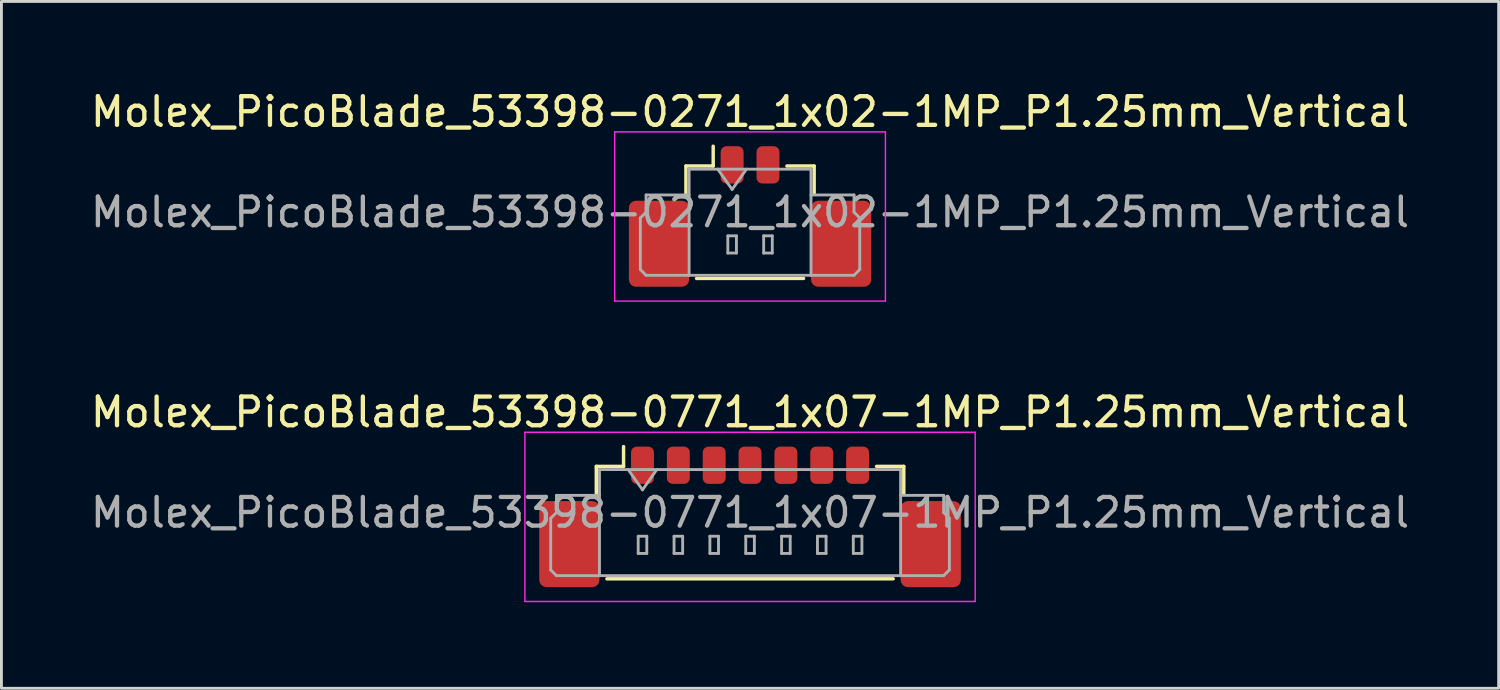
<source format=kicad_pcb>
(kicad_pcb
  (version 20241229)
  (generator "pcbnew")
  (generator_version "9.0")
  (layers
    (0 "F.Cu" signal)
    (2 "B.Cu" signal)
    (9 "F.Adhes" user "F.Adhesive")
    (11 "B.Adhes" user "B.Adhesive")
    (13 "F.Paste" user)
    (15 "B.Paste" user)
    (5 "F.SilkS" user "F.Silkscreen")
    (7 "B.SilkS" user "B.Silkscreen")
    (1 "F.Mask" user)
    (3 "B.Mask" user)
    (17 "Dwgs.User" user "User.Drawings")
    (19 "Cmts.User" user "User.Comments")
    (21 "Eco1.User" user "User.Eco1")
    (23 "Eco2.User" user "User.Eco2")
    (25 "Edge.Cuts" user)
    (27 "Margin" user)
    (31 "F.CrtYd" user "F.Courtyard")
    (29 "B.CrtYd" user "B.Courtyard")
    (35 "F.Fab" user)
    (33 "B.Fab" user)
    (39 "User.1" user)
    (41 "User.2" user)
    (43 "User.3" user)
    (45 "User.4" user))
  (footprint "Molex_PicoBlade_53398-0771_1x07-1MP_P1.25mm_Vertical"
    (layer "F.Cu")
    (at 23.101 14.421)
    (property "Reference" "Molex_PicoBlade_53398-0771_1x07-1MP_P1.25mm_Vertical" (at 0 -3.1 0) (layer "F.SilkS") (effects (font (size 1 1) (thickness 0.15))))
    (attr smd)
    (fp_line (start -5.36 -1.21) (end -4.41 -1.21) (stroke (width 0.12) (type solid)) (layer "F.SilkS"))
    (fp_line (start -5.36 -0.26) (end -5.36 -1.21) (stroke (width 0.12) (type solid)) (layer "F.SilkS"))
    (fp_line (start -4.99 2.71) (end 4.99 2.71) (stroke (width 0.12) (type solid)) (layer "F.SilkS"))
    (fp_line (start -4.41 -1.21) (end -4.41 -1.9) (stroke (width 0.12) (type solid)) (layer "F.SilkS"))
    (fp_line (start 5.36 -1.21) (end 4.41 -1.21) (stroke (width 0.12) (type solid)) (layer "F.SilkS"))
    (fp_line (start 5.36 -0.26) (end 5.36 -1.21) (stroke (width 0.12) (type solid)) (layer "F.SilkS"))
    (fp_line (start -7.85 -2.4) (end -7.85 3.5) (stroke (width 0.05) (type solid)) (layer "F.CrtYd"))
    (fp_line (start -7.85 3.5) (end 7.85 3.5) (stroke (width 0.05) (type solid)) (layer "F.CrtYd"))
    (fp_line (start 7.85 -2.4) (end -7.85 -2.4) (stroke (width 0.05) (type solid)) (layer "F.CrtYd"))
    (fp_line (start 7.85 3.5) (end 7.85 -2.4) (stroke (width 0.05) (type solid)) (layer "F.CrtYd"))
    (fp_line (start -6.95 0.6) (end -6.75 0.4) (stroke (width 0.1) (type solid)) (layer "F.Fab"))
    (fp_line (start -6.95 2.4) (end -6.95 0.6) (stroke (width 0.1) (type solid)) (layer "F.Fab"))
    (fp_line (start -6.75 -0.2) (end -5.25 -0.2) (stroke (width 0.1) (type solid)) (layer "F.Fab"))
    (fp_line (start -6.75 0.4) (end -6.75 -0.2) (stroke (width 0.1) (type solid)) (layer "F.Fab"))
    (fp_line (start -6.75 2.6) (end -6.95 2.4) (stroke (width 0.1) (type solid)) (layer "F.Fab"))
    (fp_line (start -5.25 -1.1) (end -5.25 2.6) (stroke (width 0.1) (type solid)) (layer "F.Fab"))
    (fp_line (start -5.25 -1.1) (end 5.25 -1.1) (stroke (width 0.1) (type solid)) (layer "F.Fab"))
    (fp_line (start -5.25 2.6) (end -6.75 2.6) (stroke (width 0.1) (type solid)) (layer "F.Fab"))
    (fp_line (start -5.25 2.6) (end 5.25 2.6) (stroke (width 0.1) (type solid)) (layer "F.Fab"))
    (fp_line (start -4.25 -1.1) (end -3.75 -0.393) (stroke (width 0.1) (type solid)) (layer "F.Fab"))
    (fp_line (start -3.9 1.225) (end -3.9 1.825) (stroke (width 0.1) (type solid)) (layer "F.Fab"))
    (fp_line (start -3.9 1.825) (end -3.6 1.825) (stroke (width 0.1) (type solid)) (layer "F.Fab"))
    (fp_line (start -3.75 -0.393) (end -3.25 -1.1) (stroke (width 0.1) (type solid)) (layer "F.Fab"))
    (fp_line (start -3.6 1.225) (end -3.9 1.225) (stroke (width 0.1) (type solid)) (layer "F.Fab"))
    (fp_line (start -3.6 1.825) (end -3.6 1.225) (stroke (width 0.1) (type solid)) (layer "F.Fab"))
    (fp_line (start -2.65 1.225) (end -2.65 1.825) (stroke (width 0.1) (type solid)) (layer "F.Fab"))
    (fp_line (start -2.65 1.825) (end -2.35 1.825) (stroke (width 0.1) (type solid)) (layer "F.Fab"))
    (fp_line (start -2.35 1.225) (end -2.65 1.225) (stroke (width 0.1) (type solid)) (layer "F.Fab"))
    (fp_line (start -2.35 1.825) (end -2.35 1.225) (stroke (width 0.1) (type solid)) (layer "F.Fab"))
    (fp_line (start -1.4 1.225) (end -1.4 1.825) (stroke (width 0.1) (type solid)) (layer "F.Fab"))
    (fp_line (start -1.4 1.825) (end -1.1 1.825) (stroke (width 0.1) (type solid)) (layer "F.Fab"))
    (fp_line (start -1.1 1.225) (end -1.4 1.225) (stroke (width 0.1) (type solid)) (layer "F.Fab"))
    (fp_line (start -1.1 1.825) (end -1.1 1.225) (stroke (width 0.1) (type solid)) (layer "F.Fab"))
    (fp_line (start -0.15 1.225) (end -0.15 1.825) (stroke (width 0.1) (type solid)) (layer "F.Fab"))
    (fp_line (start -0.15 1.825) (end 0.15 1.825) (stroke (width 0.1) (type solid)) (layer "F.Fab"))
    (fp_line (start 0.15 1.225) (end -0.15 1.225) (stroke (width 0.1) (type solid)) (layer "F.Fab"))
    (fp_line (start 0.15 1.825) (end 0.15 1.225) (stroke (width 0.1) (type solid)) (layer "F.Fab"))
    (fp_line (start 1.1 1.225) (end 1.1 1.825) (stroke (width 0.1) (type solid)) (layer "F.Fab"))
    (fp_line (start 1.1 1.825) (end 1.4 1.825) (stroke (width 0.1) (type solid)) (layer "F.Fab"))
    (fp_line (start 1.4 1.225) (end 1.1 1.225) (stroke (width 0.1) (type solid)) (layer "F.Fab"))
    (fp_line (start 1.4 1.825) (end 1.4 1.225) (stroke (width 0.1) (type solid)) (layer "F.Fab"))
    (fp_line (start 2.35 1.225) (end 2.35 1.825) (stroke (width 0.1) (type solid)) (layer "F.Fab"))
    (fp_line (start 2.35 1.825) (end 2.65 1.825) (stroke (width 0.1) (type solid)) (layer "F.Fab"))
    (fp_line (start 2.65 1.225) (end 2.35 1.225) (stroke (width 0.1) (type solid)) (layer "F.Fab"))
    (fp_line (start 2.65 1.825) (end 2.65 1.225) (stroke (width 0.1) (type solid)) (layer "F.Fab"))
    (fp_line (start 3.6 1.225) (end 3.6 1.825) (stroke (width 0.1) (type solid)) (layer "F.Fab"))
    (fp_line (start 3.6 1.825) (end 3.9 1.825) (stroke (width 0.1) (type solid)) (layer "F.Fab"))
    (fp_line (start 3.9 1.225) (end 3.6 1.225) (stroke (width 0.1) (type solid)) (layer "F.Fab"))
    (fp_line (start 3.9 1.825) (end 3.9 1.225) (stroke (width 0.1) (type solid)) (layer "F.Fab"))
    (fp_line (start 5.25 -1.1) (end 5.25 2.6) (stroke (width 0.1) (type solid)) (layer "F.Fab"))
    (fp_line (start 5.25 2.6) (end 6.75 2.6) (stroke (width 0.1) (type solid)) (layer "F.Fab"))
    (fp_line (start 6.75 -0.2) (end 5.25 -0.2) (stroke (width 0.1) (type solid)) (layer "F.Fab"))
    (fp_line (start 6.75 0.4) (end 6.75 -0.2) (stroke (width 0.1) (type solid)) (layer "F.Fab"))
    (fp_line (start 6.75 2.6) (end 6.95 2.4) (stroke (width 0.1) (type solid)) (layer "F.Fab"))
    (fp_line (start 6.95 0.6) (end 6.75 0.4) (stroke (width 0.1) (type solid)) (layer "F.Fab"))
    (fp_line (start 6.95 2.4) (end 6.95 0.6) (stroke (width 0.1) (type solid)) (layer "F.Fab"))
    (fp_text user "${REFERENCE}" (at 0 0.4 0) (layer "F.Fab") (effects (font (size 1 1) (thickness 0.15))))
    (pad "1" smd roundrect (at -3.75 -1.25) (size 0.8 1.3) (layers "F.Cu" "F.Mask" "F.Paste") (roundrect_rratio 0.25))
    (pad "2" smd roundrect (at -2.5 -1.25) (size 0.8 1.3) (layers "F.Cu" "F.Mask" "F.Paste") (roundrect_rratio 0.25))
    (pad "3" smd roundrect (at -1.25 -1.25) (size 0.8 1.3) (layers "F.Cu" "F.Mask" "F.Paste") (roundrect_rratio 0.25))
    (pad "4" smd roundrect (at 0 -1.25) (size 0.8 1.3) (layers "F.Cu" "F.Mask" "F.Paste") (roundrect_rratio 0.25))
    (pad "5" smd roundrect (at 1.25 -1.25) (size 0.8 1.3) (layers "F.Cu" "F.Mask" "F.Paste") (roundrect_rratio 0.25))
    (pad "6" smd roundrect (at 2.5 -1.25) (size 0.8 1.3) (layers "F.Cu" "F.Mask" "F.Paste") (roundrect_rratio 0.25))
    (pad "7" smd roundrect (at 3.75 -1.25) (size 0.8 1.3) (layers "F.Cu" "F.Mask" "F.Paste") (roundrect_rratio 0.25))
    (pad "MP" smd roundrect (at -6.3 1.5) (size 2.1 3) (layers "F.Cu" "F.Mask" "F.Paste") (roundrect_rratio 0.119))
    (pad "MP" smd roundrect (at 6.3 1.5) (size 2.1 3) (layers "F.Cu" "F.Mask" "F.Paste") (roundrect_rratio 0.119)))
  (footprint "Molex_PicoBlade_53398-0271_1x02-1MP_P1.25mm_Vertical"
    (layer "F.Cu")
    (at 23.101 3.948)
    (property "Reference" "Molex_PicoBlade_53398-0271_1x02-1MP_P1.25mm_Vertical" (at 0 -3.1 0) (layer "F.SilkS") (effects (font (size 1 1) (thickness 0.15))))
    (attr smd)
    (fp_line (start -2.235 -1.21) (end -1.285 -1.21) (stroke (width 0.12) (type solid)) (layer "F.SilkS"))
    (fp_line (start -2.235 -0.26) (end -2.235 -1.21) (stroke (width 0.12) (type solid)) (layer "F.SilkS"))
    (fp_line (start -1.865 2.71) (end 1.865 2.71) (stroke (width 0.12) (type solid)) (layer "F.SilkS"))
    (fp_line (start -1.285 -1.21) (end -1.285 -1.9) (stroke (width 0.12) (type solid)) (layer "F.SilkS"))
    (fp_line (start 2.235 -1.21) (end 1.285 -1.21) (stroke (width 0.12) (type solid)) (layer "F.SilkS"))
    (fp_line (start 2.235 -0.26) (end 2.235 -1.21) (stroke (width 0.12) (type solid)) (layer "F.SilkS"))
    (fp_line (start -4.72 -2.4) (end -4.72 3.5) (stroke (width 0.05) (type solid)) (layer "F.CrtYd"))
    (fp_line (start -4.72 3.5) (end 4.72 3.5) (stroke (width 0.05) (type solid)) (layer "F.CrtYd"))
    (fp_line (start 4.72 -2.4) (end -4.72 -2.4) (stroke (width 0.05) (type solid)) (layer "F.CrtYd"))
    (fp_line (start 4.72 3.5) (end 4.72 -2.4) (stroke (width 0.05) (type solid)) (layer "F.CrtYd"))
    (fp_line (start -3.825 0.6) (end -3.625 0.4) (stroke (width 0.1) (type solid)) (layer "F.Fab"))
    (fp_line (start -3.825 2.4) (end -3.825 0.6) (stroke (width 0.1) (type solid)) (layer "F.Fab"))
    (fp_line (start -3.625 -0.2) (end -2.125 -0.2) (stroke (width 0.1) (type solid)) (layer "F.Fab"))
    (fp_line (start -3.625 0.4) (end -3.625 -0.2) (stroke (width 0.1) (type solid)) (layer "F.Fab"))
    (fp_line (start -3.625 2.6) (end -3.825 2.4) (stroke (width 0.1) (type solid)) (layer "F.Fab"))
    (fp_line (start -2.125 -1.1) (end -2.125 2.6) (stroke (width 0.1) (type solid)) (layer "F.Fab"))
    (fp_line (start -2.125 -1.1) (end 2.125 -1.1) (stroke (width 0.1) (type solid)) (layer "F.Fab"))
    (fp_line (start -2.125 2.6) (end -3.625 2.6) (stroke (width 0.1) (type solid)) (layer "F.Fab"))
    (fp_line (start -2.125 2.6) (end 2.125 2.6) (stroke (width 0.1) (type solid)) (layer "F.Fab"))
    (fp_line (start -1.125 -1.1) (end -0.625 -0.393) (stroke (width 0.1) (type solid)) (layer "F.Fab"))
    (fp_line (start -0.775 1.225) (end -0.775 1.825) (stroke (width 0.1) (type solid)) (layer "F.Fab"))
    (fp_line (start -0.775 1.825) (end -0.475 1.825) (stroke (width 0.1) (type solid)) (layer "F.Fab"))
    (fp_line (start -0.625 -0.393) (end -0.125 -1.1) (stroke (width 0.1) (type solid)) (layer "F.Fab"))
    (fp_line (start -0.475 1.225) (end -0.775 1.225) (stroke (width 0.1) (type solid)) (layer "F.Fab"))
    (fp_line (start -0.475 1.825) (end -0.475 1.225) (stroke (width 0.1) (type solid)) (layer "F.Fab"))
    (fp_line (start 0.475 1.225) (end 0.475 1.825) (stroke (width 0.1) (type solid)) (layer "F.Fab"))
    (fp_line (start 0.475 1.825) (end 0.775 1.825) (stroke (width 0.1) (type solid)) (layer "F.Fab"))
    (fp_line (start 0.775 1.225) (end 0.475 1.225) (stroke (width 0.1) (type solid)) (layer "F.Fab"))
    (fp_line (start 0.775 1.825) (end 0.775 1.225) (stroke (width 0.1) (type solid)) (layer "F.Fab"))
    (fp_line (start 2.125 -1.1) (end 2.125 2.6) (stroke (width 0.1) (type solid)) (layer "F.Fab"))
    (fp_line (start 2.125 2.6) (end 3.625 2.6) (stroke (width 0.1) (type solid)) (layer "F.Fab"))
    (fp_line (start 3.625 -0.2) (end 2.125 -0.2) (stroke (width 0.1) (type solid)) (layer "F.Fab"))
    (fp_line (start 3.625 0.4) (end 3.625 -0.2) (stroke (width 0.1) (type solid)) (layer "F.Fab"))
    (fp_line (start 3.625 2.6) (end 3.825 2.4) (stroke (width 0.1) (type solid)) (layer "F.Fab"))
    (fp_line (start 3.825 0.6) (end 3.625 0.4) (stroke (width 0.1) (type solid)) (layer "F.Fab"))
    (fp_line (start 3.825 2.4) (end 3.825 0.6) (stroke (width 0.1) (type solid)) (layer "F.Fab"))
    (fp_text user "${REFERENCE}" (at 0 0.4 0) (layer "F.Fab") (effects (font (size 1 1) (thickness 0.15))))
    (pad "1" smd roundrect (at -0.625 -1.25) (size 0.8 1.3) (layers "F.Cu" "F.Mask" "F.Paste") (roundrect_rratio 0.25))
    (pad "2" smd roundrect (at 0.625 -1.25) (size 0.8 1.3) (layers "F.Cu" "F.Mask" "F.Paste") (roundrect_rratio 0.25))
    (pad "MP" smd roundrect (at -3.175 1.5) (size 2.1 3) (layers "F.Cu" "F.Mask" "F.Paste") (roundrect_rratio 0.119))
    (pad "MP" smd roundrect (at 3.175 1.5) (size 2.1 3) (layers "F.Cu" "F.Mask" "F.Paste") (roundrect_rratio 0.119)))
  (gr_rect
    (start -3 -3)
    (end 49.202 20.947)
    (stroke (width 0.1) (type default))
    (fill no)
    (layer "Edge.Cuts")))
</source>
